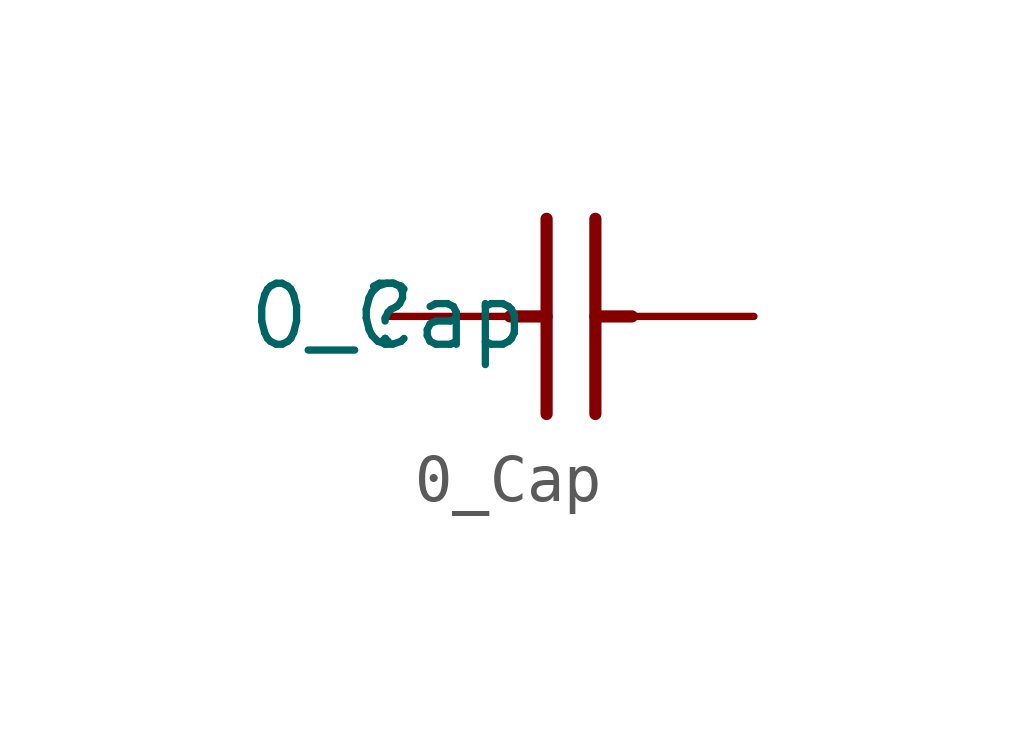
<source format=kicad_sym>
(kicad_symbol_lib
  (version 20211014)
  (generator kicad_symbol_editor)
  (symbol "0_Cap"
    (property "Reference" ""
      (at 0 0 0)
      (effects (font (size 1.27 1.27))))
    (property "Value" "0_Cap"
      (at 0 0 0)
      (effects (font (size 1.27 1.27))))
    (symbol "0_Cap_1_0"
      (polyline (pts (xy 2.54 0) (xy 3.302 0)) (stroke (width 0.254) (type default) (color 0 0 0 0)) (fill (type none)))
      (polyline (pts (xy 3.302 -2.032) (xy 3.302 2.032)) (stroke (width 0.254) (type default) (color 0 0 0 0)) (fill (type none)))
      (polyline (pts (xy 4.318 2.032) (xy 4.318 -2.032)) (stroke (width 0.254) (type default) (color 0 0 0 0)) (fill (type none)))
      (polyline (pts (xy 5.08 0) (xy 4.318 0)) (stroke (width 0.254) (type default) (color 0 0 0 0)) (fill (type none)))
      (pin passive line (at 0 0 0) (length 2.54) (name "1" (effects (font (size 0 0)))) (number "1" (effects (font (size 0 0)))))
      (pin passive line (at 7.62 0 180) (length 2.54) (name "2" (effects (font (size 0 0)))) (number "2" (effects (font (size 0 0))))))))
</source>
